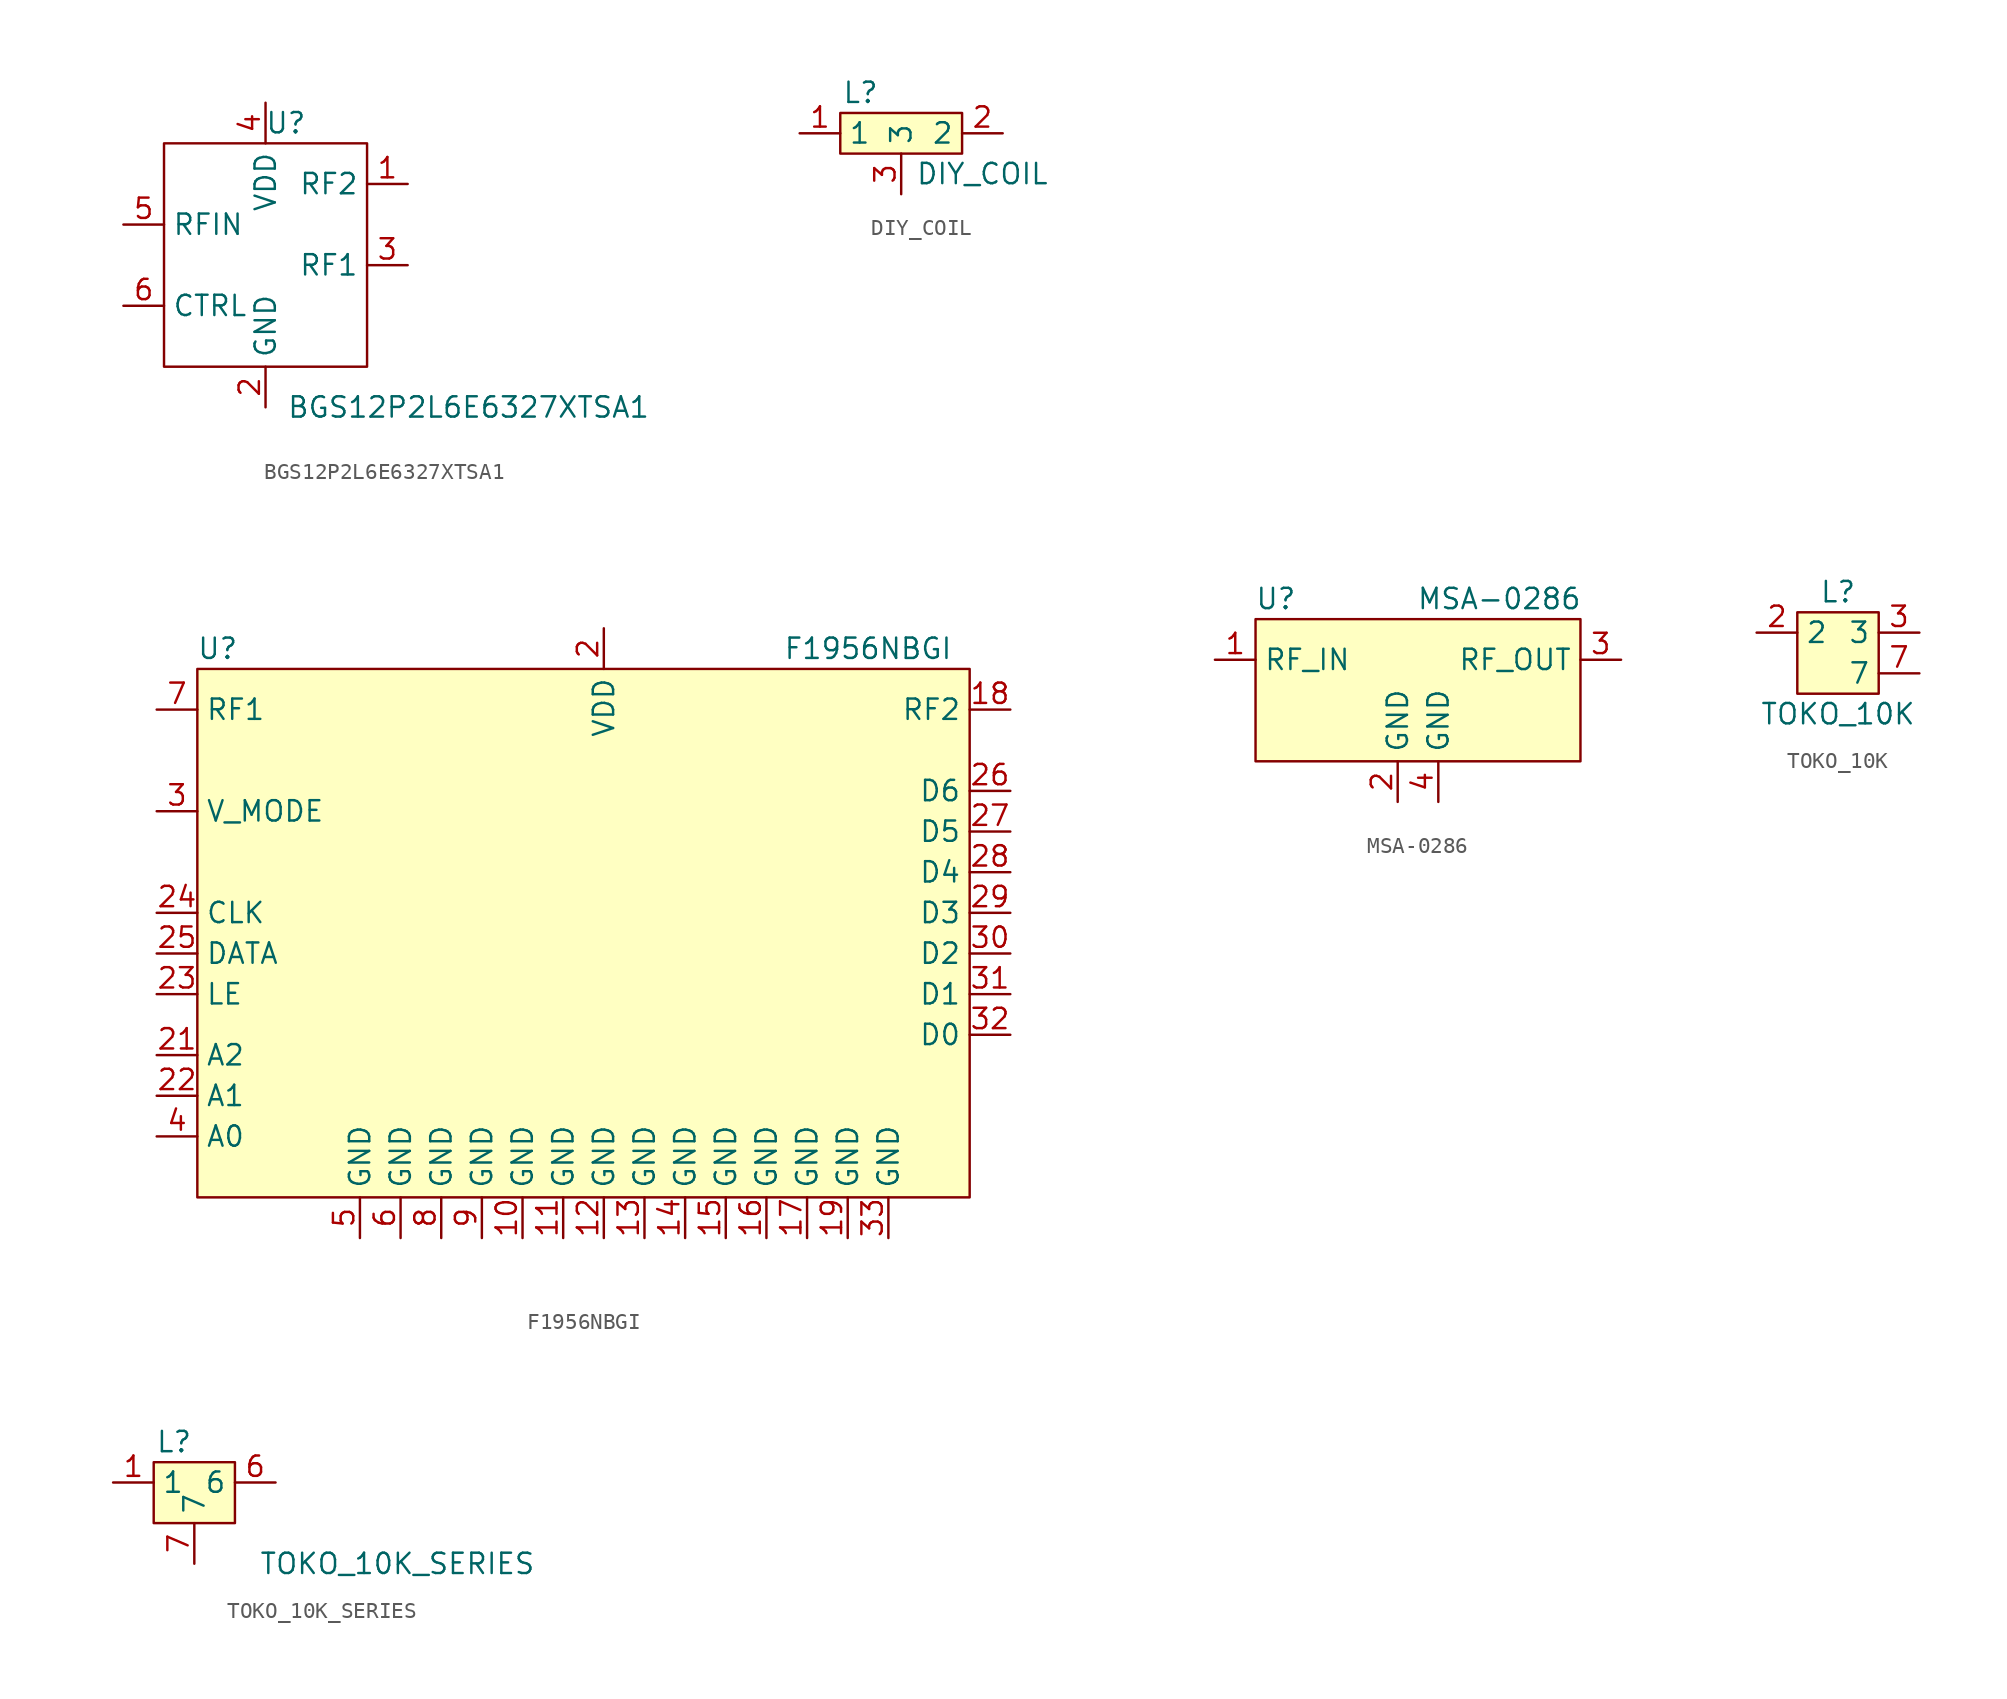
<source format=kicad_sym>
(kicad_symbol_lib
  (version 20211014)
  (generator kicad_symbol_editor)
  (symbol "BGS12P2L6E6327XTSA1"
    (property "Reference" "U"
      (at 7.62 6.35 0)
      (effects (font (size 1.27 1.27))))
    (property "Value" "BGS12P2L6E6327XTSA1"
      (at 19.05 -11.43 0)
      (effects (font (size 1.27 1.27))))
    (symbol "BGS12P2L6E6327XTSA1_0_1"
      (rectangle (start 0 5.08) (end 12.7 -8.89) (stroke (width 0) (type default) (color 0 0 0 0)) (fill (type none))))
    (symbol "BGS12P2L6E6327XTSA1_1_1"
      (pin input line (at 15.24 2.54 180) (length 2.54) (name "RF2" (effects (font (size 1.27 1.27)))) (number "1" (effects (font (size 1.27 1.27)))))
      (pin input line (at 6.35 -11.43 90) (length 2.54) (name "GND" (effects (font (size 1.27 1.27)))) (number "2" (effects (font (size 1.27 1.27)))))
      (pin input line (at 15.24 -2.54 180) (length 2.54) (name "RF1" (effects (font (size 1.27 1.27)))) (number "3" (effects (font (size 1.27 1.27)))))
      (pin input line (at 6.35 7.62 270) (length 2.54) (name "VDD" (effects (font (size 1.27 1.27)))) (number "4" (effects (font (size 1.27 1.27)))))
      (pin input line (at -2.54 0 0) (length 2.54) (name "RFIN" (effects (font (size 1.27 1.27)))) (number "5" (effects (font (size 1.27 1.27)))))
      (pin input line (at -2.54 -5.08 0) (length 2.54) (name "CTRL" (effects (font (size 1.27 1.27)))) (number "6" (effects (font (size 1.27 1.27)))))))
  (symbol "DIY_COIL"
    (property "Reference" "L"
      (at -2.54 2.54 0)
      (effects (font (size 1.27 1.27))))
    (property "Value" "DIY_COIL"
      (at 5.08 -2.54 0)
      (effects (font (size 1.27 1.27))))
    (symbol "DIY_COIL_0_1"
      (rectangle (start -3.81 1.27) (end 3.81 -1.27) (stroke (width 0) (type default) (color 0 0 0 0)) (fill (type background))))
    (symbol "DIY_COIL_1_1"
      (pin input line (at -6.35 0 0) (length 2.54) (name "1" (effects (font (size 1.27 1.27)))) (number "1" (effects (font (size 1.27 1.27)))))
      (pin input line (at 6.35 0 180) (length 2.54) (name "2" (effects (font (size 1.27 1.27)))) (number "2" (effects (font (size 1.27 1.27)))))
      (pin input line (at 0 -3.81 90) (length 2.54) (name "3" (effects (font (size 1.27 1.27)))) (number "3" (effects (font (size 1.27 1.27)))))))
  (symbol "F1956NBGI"
    (property "Reference" "U"
      (at 1.27 3.81 0)
      (effects (font (size 1.27 1.27))))
    (property "Value" "F1956NBGI"
      (at 41.91 3.81 0)
      (effects (font (size 1.27 1.27))))
    (symbol "F1956NBGI_0_1"
      (rectangle (start 0 2.54) (end 48.26 -30.48) (stroke (width 0) (type default) (color 0 0 0 0)) (fill (type background))))
    (symbol "F1956NBGI_1_1"
      (pin input line (at 20.32 -33.02 90) (length 2.54) (name "GND" (effects (font (size 1.27 1.27)))) (number "10" (effects (font (size 1.27 1.27)))))
      (pin input line (at 22.86 -33.02 90) (length 2.54) (name "GND" (effects (font (size 1.27 1.27)))) (number "11" (effects (font (size 1.27 1.27)))))
      (pin input line (at 25.4 -33.02 90) (length 2.54) (name "GND" (effects (font (size 1.27 1.27)))) (number "12" (effects (font (size 1.27 1.27)))))
      (pin input line (at 27.94 -33.02 90) (length 2.54) (name "GND" (effects (font (size 1.27 1.27)))) (number "13" (effects (font (size 1.27 1.27)))))
      (pin input line (at 30.48 -33.02 90) (length 2.54) (name "GND" (effects (font (size 1.27 1.27)))) (number "14" (effects (font (size 1.27 1.27)))))
      (pin input line (at 33.02 -33.02 90) (length 2.54) (name "GND" (effects (font (size 1.27 1.27)))) (number "15" (effects (font (size 1.27 1.27)))))
      (pin input line (at 35.56 -33.02 90) (length 2.54) (name "GND" (effects (font (size 1.27 1.27)))) (number "16" (effects (font (size 1.27 1.27)))))
      (pin input line (at 38.1 -33.02 90) (length 2.54) (name "GND" (effects (font (size 1.27 1.27)))) (number "17" (effects (font (size 1.27 1.27)))))
      (pin input line (at 50.8 0 180) (length 2.54) (name "RF2" (effects (font (size 1.27 1.27)))) (number "18" (effects (font (size 1.27 1.27)))))
      (pin input line (at 40.64 -33.02 90) (length 2.54) (name "GND" (effects (font (size 1.27 1.27)))) (number "19" (effects (font (size 1.27 1.27)))))
      (pin input line (at 25.4 5.08 270) (length 2.54) (name "VDD" (effects (font (size 1.27 1.27)))) (number "2" (effects (font (size 1.27 1.27)))))
      (pin input line (at -2.54 -21.59 0) (length 2.54) (name "A2" (effects (font (size 1.27 1.27)))) (number "21" (effects (font (size 1.27 1.27)))))
      (pin input line (at -2.54 -24.13 0) (length 2.54) (name "A1" (effects (font (size 1.27 1.27)))) (number "22" (effects (font (size 1.27 1.27)))))
      (pin input line (at -2.54 -17.78 0) (length 2.54) (name "LE" (effects (font (size 1.27 1.27)))) (number "23" (effects (font (size 1.27 1.27)))))
      (pin input line (at -2.54 -12.7 0) (length 2.54) (name "CLK" (effects (font (size 1.27 1.27)))) (number "24" (effects (font (size 1.27 1.27)))))
      (pin input line (at -2.54 -15.24 0) (length 2.54) (name "DATA" (effects (font (size 1.27 1.27)))) (number "25" (effects (font (size 1.27 1.27)))))
      (pin input line (at 50.8 -5.08 180) (length 2.54) (name "D6" (effects (font (size 1.27 1.27)))) (number "26" (effects (font (size 1.27 1.27)))))
      (pin input line (at 50.8 -7.62 180) (length 2.54) (name "D5" (effects (font (size 1.27 1.27)))) (number "27" (effects (font (size 1.27 1.27)))))
      (pin input line (at 50.8 -10.16 180) (length 2.54) (name "D4" (effects (font (size 1.27 1.27)))) (number "28" (effects (font (size 1.27 1.27)))))
      (pin input line (at 50.8 -12.7 180) (length 2.54) (name "D3" (effects (font (size 1.27 1.27)))) (number "29" (effects (font (size 1.27 1.27)))))
      (pin input line (at -2.54 -6.35 0) (length 2.54) (name "V_MODE" (effects (font (size 1.27 1.27)))) (number "3" (effects (font (size 1.27 1.27)))))
      (pin input line (at 50.8 -15.24 180) (length 2.54) (name "D2" (effects (font (size 1.27 1.27)))) (number "30" (effects (font (size 1.27 1.27)))))
      (pin input line (at 50.8 -17.78 180) (length 2.54) (name "D1" (effects (font (size 1.27 1.27)))) (number "31" (effects (font (size 1.27 1.27)))))
      (pin input line (at 50.8 -20.32 180) (length 2.54) (name "D0" (effects (font (size 1.27 1.27)))) (number "32" (effects (font (size 1.27 1.27)))))
      (pin input line (at 43.18 -33.02 90) (length 2.54) (name "GND" (effects (font (size 1.27 1.27)))) (number "33" (effects (font (size 1.27 1.27)))))
      (pin input line (at -2.54 -26.67 0) (length 2.54) (name "A0" (effects (font (size 1.27 1.27)))) (number "4" (effects (font (size 1.27 1.27)))))
      (pin input line (at 10.16 -33.02 90) (length 2.54) (name "GND" (effects (font (size 1.27 1.27)))) (number "5" (effects (font (size 1.27 1.27)))))
      (pin input line (at 12.7 -33.02 90) (length 2.54) (name "GND" (effects (font (size 1.27 1.27)))) (number "6" (effects (font (size 1.27 1.27)))))
      (pin input line (at -2.54 0 0) (length 2.54) (name "RF1" (effects (font (size 1.27 1.27)))) (number "7" (effects (font (size 1.27 1.27)))))
      (pin input line (at 15.24 -33.02 90) (length 2.54) (name "GND" (effects (font (size 1.27 1.27)))) (number "8" (effects (font (size 1.27 1.27)))))
      (pin input line (at 17.78 -33.02 90) (length 2.54) (name "GND" (effects (font (size 1.27 1.27)))) (number "9" (effects (font (size 1.27 1.27)))))))
  (symbol "MSA-0286"
    (property "Reference" "U"
      (at -7.62 3.81 0)
      (effects (font (size 1.27 1.27))))
    (property "Value" "MSA-0286"
      (at 6.35 3.81 0)
      (effects (font (size 1.27 1.27))))
    (symbol "MSA-0286_0_1"
      (rectangle (start -8.89 2.54) (end 11.43 -6.35) (stroke (width 0) (type default) (color 0 0 0 0)) (fill (type background))))
    (symbol "MSA-0286_1_1"
      (pin input line (at -11.43 0 0) (length 2.54) (name "RF_IN" (effects (font (size 1.27 1.27)))) (number "1" (effects (font (size 1.27 1.27)))))
      (pin input line (at 0 -8.89 90) (length 2.54) (name "GND" (effects (font (size 1.27 1.27)))) (number "2" (effects (font (size 1.27 1.27)))))
      (pin input line (at 13.97 0 180) (length 2.54) (name "RF_OUT" (effects (font (size 1.27 1.27)))) (number "3" (effects (font (size 1.27 1.27)))))
      (pin input line (at 2.54 -8.89 90) (length 2.54) (name "GND" (effects (font (size 1.27 1.27)))) (number "4" (effects (font (size 1.27 1.27)))))))
  (symbol "TOKO_10K"
    (property "Reference" "L"
      (at 0 2.54 0)
      (effects (font (size 1.27 1.27))))
    (property "Value" "TOKO_10K"
      (at 0 -5.08 0)
      (effects (font (size 1.27 1.27))))
    (symbol "TOKO_10K_0_1"
      (rectangle (start -2.54 1.27) (end 2.54 -3.81) (stroke (width 0) (type default) (color 0 0 0 0)) (fill (type background))))
    (symbol "TOKO_10K_1_1"
      (pin input line (at -5.08 0 0) (length 2.54) (name "2" (effects (font (size 1.27 1.27)))) (number "2" (effects (font (size 1.27 1.27)))))
      (pin input line (at 5.08 0 180) (length 2.54) (name "3" (effects (font (size 1.27 1.27)))) (number "3" (effects (font (size 1.27 1.27)))))
      (pin input line (at 5.08 -2.54 180) (length 2.54) (name "7" (effects (font (size 1.27 1.27)))) (number "7" (effects (font (size 1.27 1.27)))))))
  (symbol "TOKO_10K_SERIES"
    (property "Reference" "L"
      (at 1.27 2.54 0)
      (effects (font (size 1.27 1.27))))
    (property "Value" "TOKO_10K_SERIES"
      (at 15.24 -5.08 0)
      (effects (font (size 1.27 1.27))))
    (symbol "TOKO_10K_SERIES_0_1"
      (rectangle (start 0 1.27) (end 5.08 -2.54) (stroke (width 0) (type default) (color 0 0 0 0)) (fill (type background))))
    (symbol "TOKO_10K_SERIES_1_1"
      (pin input line (at -2.54 0 0) (length 2.54) (name "1" (effects (font (size 1.27 1.27)))) (number "1" (effects (font (size 1.27 1.27)))))
      (pin input line (at 7.62 0 180) (length 2.54) (name "6" (effects (font (size 1.27 1.27)))) (number "6" (effects (font (size 1.27 1.27)))))
      (pin input line (at 2.54 -5.08 90) (length 2.54) (name "7" (effects (font (size 1.27 1.27)))) (number "7" (effects (font (size 1.27 1.27))))))))
</source>
